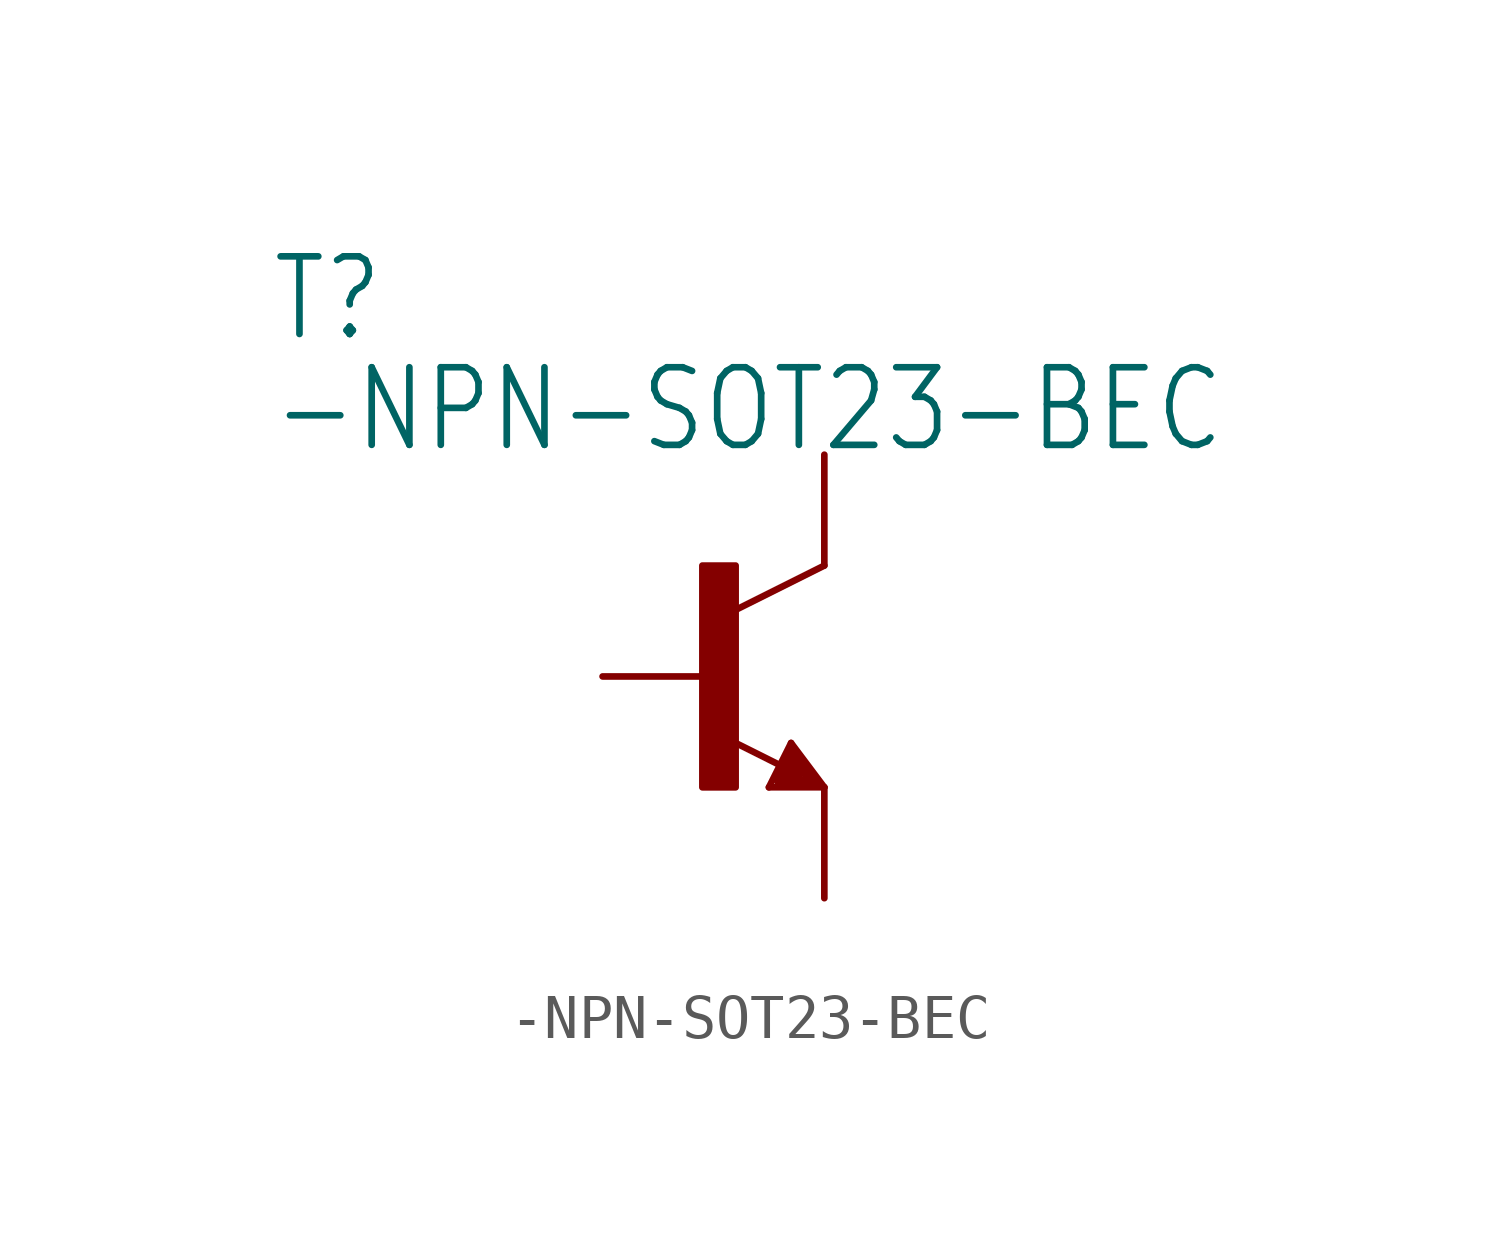
<source format=kicad_sym>
(kicad_symbol_lib
  (version 20210619)
  (generator kicad_symbol_editor)
  (symbol "-NPN-SOT23-BEC"
    (property "Reference" "T"
      (at -10.16 7.62 0)
      (effects (font (size 1.778 1.511)) (justify left bottom)))
    (property "Value" "-NPN-SOT23-BEC"
      (at -10.16 5.08 0)
      (effects (font (size 1.778 1.511)) (justify left bottom)))
    (property "ki_locked" ""
      (at 0 0 0)
      (effects (font (size 1.27 1.27))))
    (symbol "-NPN-SOT23-BEC_1_0"
      (rectangle (start -0.254 -2.54) (end 0.508 2.54) (stroke (width 0)) (fill (type outline)))
      (polyline (pts (xy 1.27 -2.54) (xy 1.778 -1.524)) (stroke (width 0.152)) (fill (type none)))
      (polyline (pts (xy 1.524 -2.413) (xy 2.286 -2.413)) (stroke (width 0.254)) (fill (type none)))
      (polyline (pts (xy 1.524 -2.286) (xy 1.905 -2.286)) (stroke (width 0.254)) (fill (type none)))
      (polyline (pts (xy 1.54 -2.04) (xy 0.308 -1.424)) (stroke (width 0.152)) (fill (type none)))
      (polyline (pts (xy 1.778 -1.778) (xy 1.524 -2.286)) (stroke (width 0.254)) (fill (type none)))
      (polyline (pts (xy 1.778 -1.524) (xy 2.54 -2.54)) (stroke (width 0.152)) (fill (type none)))
      (polyline (pts (xy 1.905 -2.286) (xy 1.778 -2.032)) (stroke (width 0.254)) (fill (type none)))
      (polyline (pts (xy 2.286 -2.413) (xy 1.778 -1.778)) (stroke (width 0.254)) (fill (type none)))
      (polyline (pts (xy 2.54 -2.54) (xy 1.27 -2.54)) (stroke (width 0.152)) (fill (type none)))
      (polyline (pts (xy 2.54 2.54) (xy 0.508 1.524)) (stroke (width 0.152)) (fill (type none)))
      (pin passive line (at -2.54 0 0) (length 2.54) (name "B" (effects (font (size 0 0)))) (number "B" (effects (font (size 0 0)))))
      (pin passive line (at 2.54 5.08 270) (length 2.54) (name "C" (effects (font (size 0 0)))) (number "C" (effects (font (size 0 0)))))
      (pin passive line (at 2.54 -5.08 90) (length 2.54) (name "E" (effects (font (size 0 0)))) (number "E" (effects (font (size 0 0))))))))
</source>
